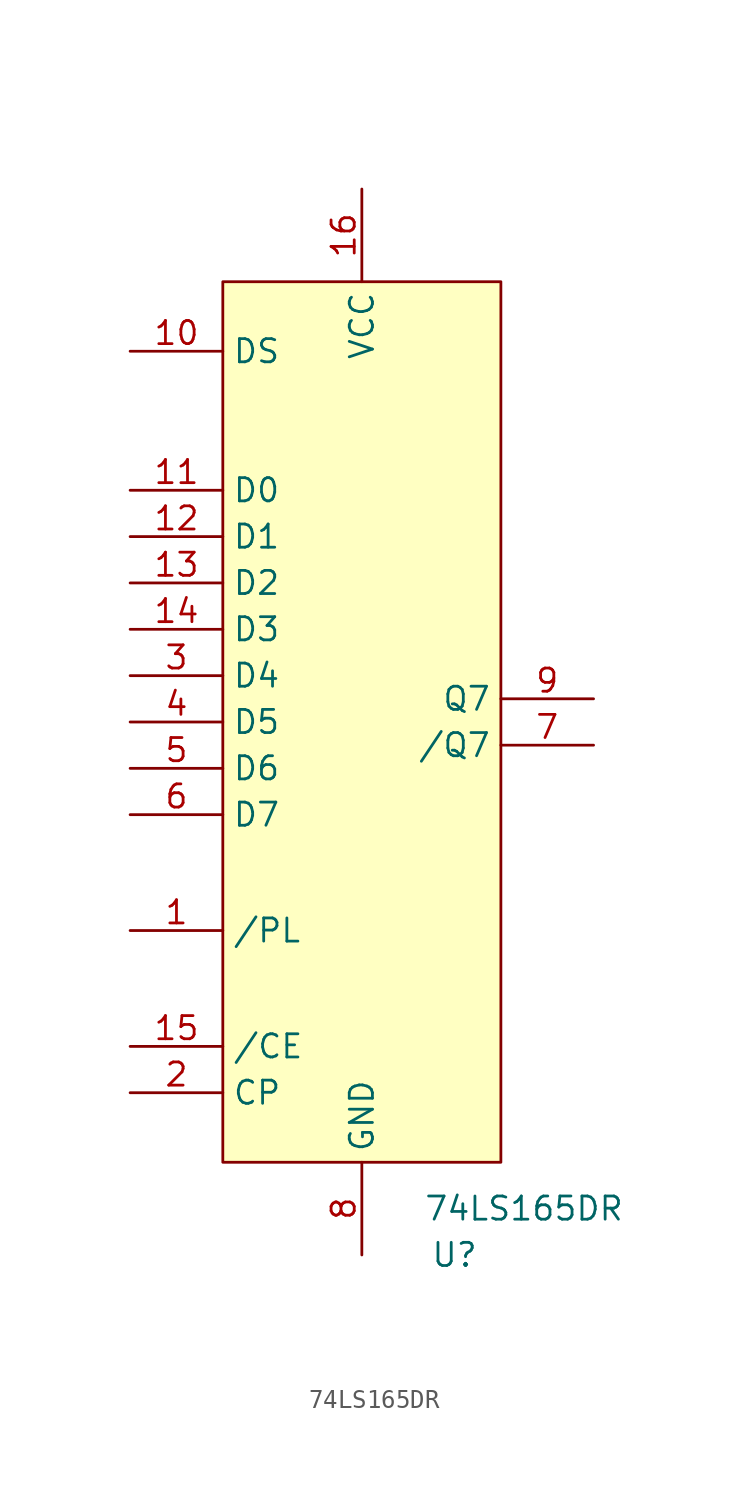
<source format=kicad_sym>
(kicad_symbol_lib
  (version 20211014)
  (generator kicad_symbol_editor)
  (symbol "74LS165DR"
    (property "Reference" "U"
      (at 5.08 -29.21 0)
      (effects (font (size 1.27 1.27))))
    (property "Value" "74LS165DR"
      (at 8.89 -26.67 0)
      (effects (font (size 1.27 1.27))))
    (symbol "74LS165DR_0_1"
      (rectangle (start -7.62 24.13) (end 7.62 -24.13) (stroke (width 0) (type default) (color 0 0 0 0)) (fill (type background))))
    (symbol "74LS165DR_1_1"
      (pin passive line (at -12.7 -11.43 0) (length 5.08) (name "/PL" (effects (font (size 1.27 1.27)))) (number "1" (effects (font (size 1.27 1.27)))))
      (pin passive line (at -12.7 20.32 0) (length 5.08) (name "DS" (effects (font (size 1.27 1.27)))) (number "10" (effects (font (size 1.27 1.27)))))
      (pin passive line (at -12.7 12.7 0) (length 5.08) (name "D0" (effects (font (size 1.27 1.27)))) (number "11" (effects (font (size 1.27 1.27)))))
      (pin passive line (at -12.7 10.16 0) (length 5.08) (name "D1" (effects (font (size 1.27 1.27)))) (number "12" (effects (font (size 1.27 1.27)))))
      (pin passive line (at -12.7 7.62 0) (length 5.08) (name "D2" (effects (font (size 1.27 1.27)))) (number "13" (effects (font (size 1.27 1.27)))))
      (pin passive line (at -12.7 5.08 0) (length 5.08) (name "D3" (effects (font (size 1.27 1.27)))) (number "14" (effects (font (size 1.27 1.27)))))
      (pin passive line (at -12.7 -17.78 0) (length 5.08) (name "/CE" (effects (font (size 1.27 1.27)))) (number "15" (effects (font (size 1.27 1.27)))))
      (pin passive line (at 0 29.21 270) (length 5.08) (name "VCC" (effects (font (size 1.27 1.27)))) (number "16" (effects (font (size 1.27 1.27)))))
      (pin passive line (at -12.7 -20.32 0) (length 5.08) (name "CP" (effects (font (size 1.27 1.27)))) (number "2" (effects (font (size 1.27 1.27)))))
      (pin passive line (at -12.7 2.54 0) (length 5.08) (name "D4" (effects (font (size 1.27 1.27)))) (number "3" (effects (font (size 1.27 1.27)))))
      (pin passive line (at -12.7 0 0) (length 5.08) (name "D5" (effects (font (size 1.27 1.27)))) (number "4" (effects (font (size 1.27 1.27)))))
      (pin passive line (at -12.7 -2.54 0) (length 5.08) (name "D6" (effects (font (size 1.27 1.27)))) (number "5" (effects (font (size 1.27 1.27)))))
      (pin passive line (at -12.7 -5.08 0) (length 5.08) (name "D7" (effects (font (size 1.27 1.27)))) (number "6" (effects (font (size 1.27 1.27)))))
      (pin passive line (at 12.7 -1.27 180) (length 5.08) (name "/Q7" (effects (font (size 1.27 1.27)))) (number "7" (effects (font (size 1.27 1.27)))))
      (pin passive line (at 0 -29.21 90) (length 5.08) (name "GND" (effects (font (size 1.27 1.27)))) (number "8" (effects (font (size 1.27 1.27)))))
      (pin passive line (at 12.7 1.27 180) (length 5.08) (name "Q7" (effects (font (size 1.27 1.27)))) (number "9" (effects (font (size 1.27 1.27))))))))
</source>
